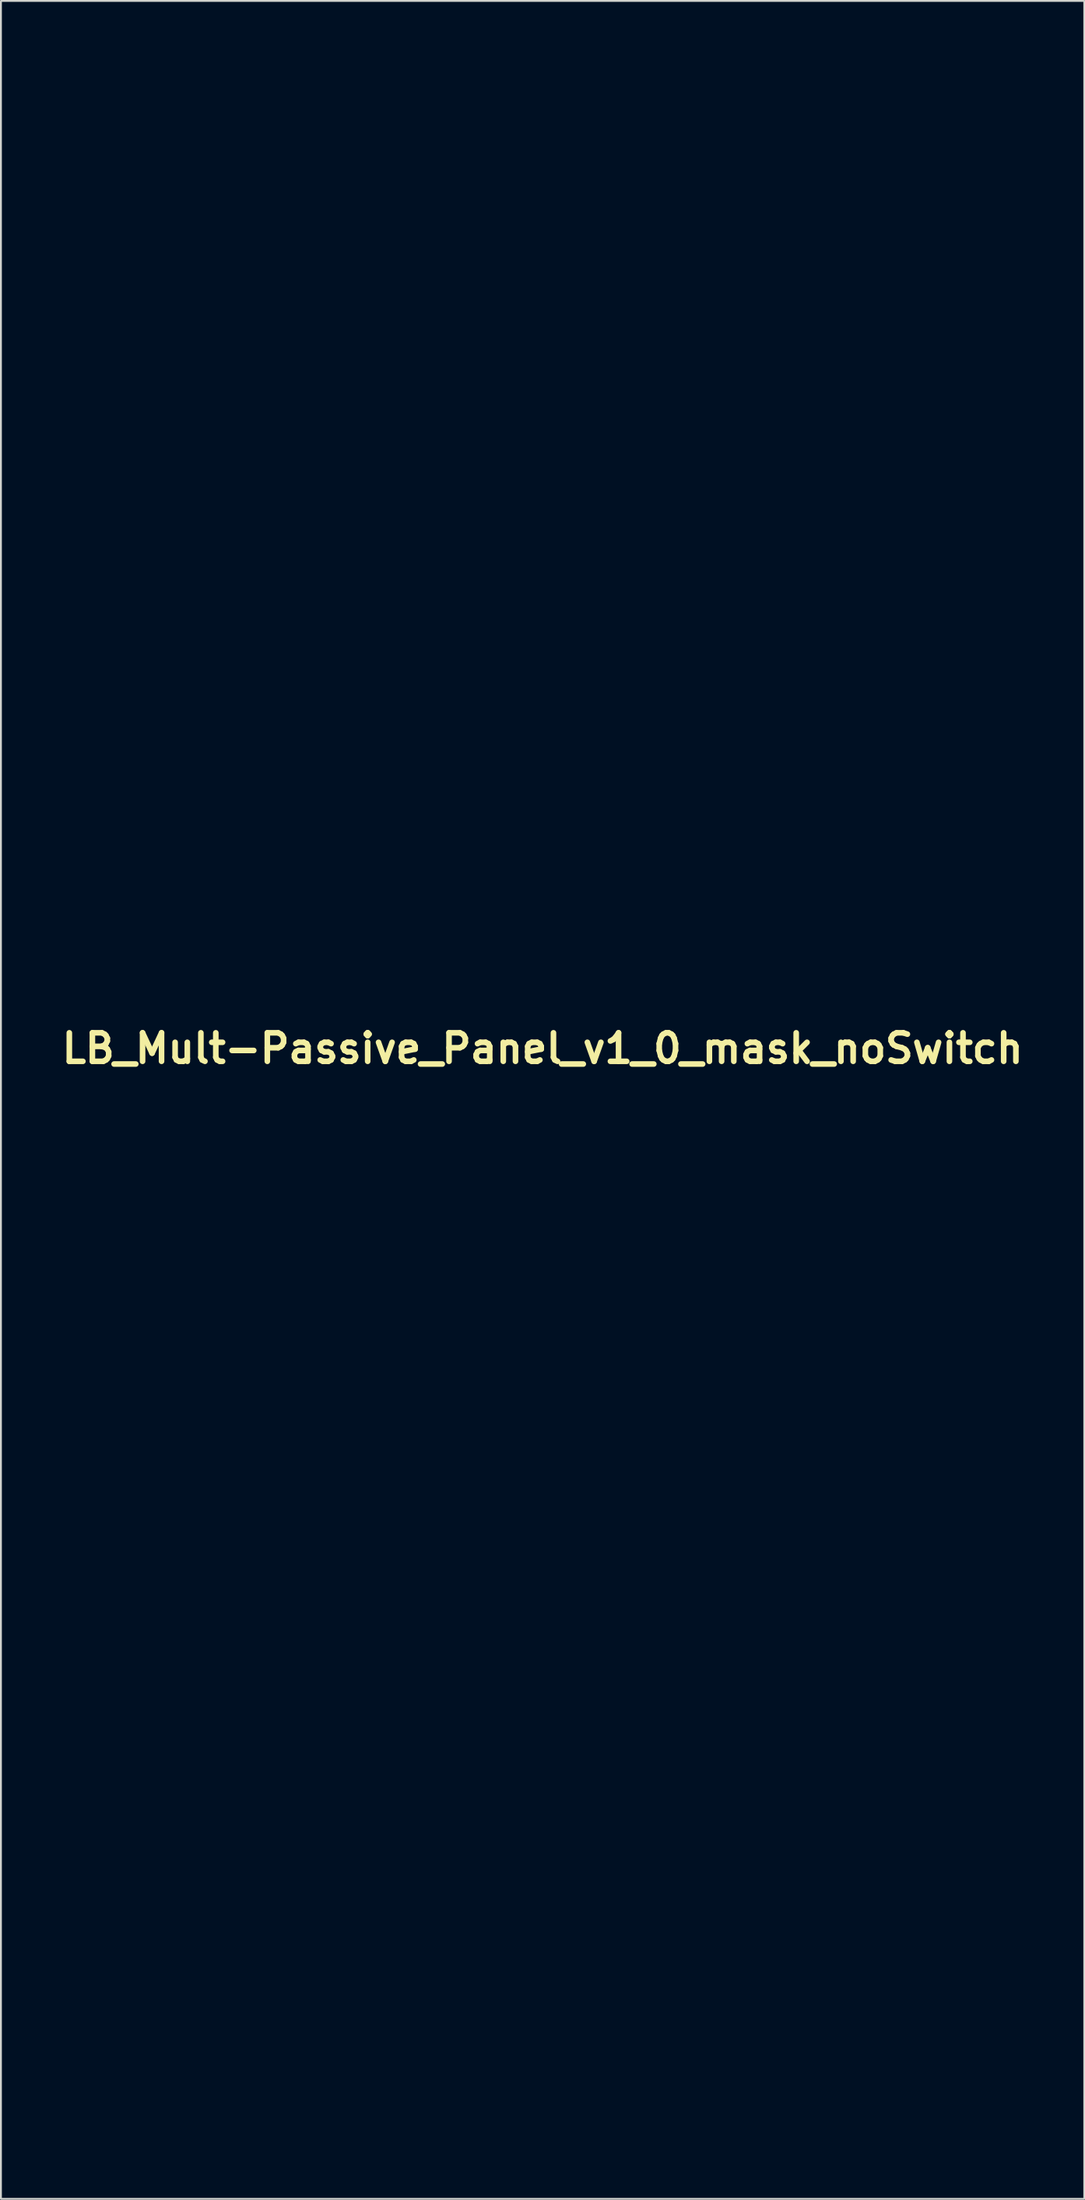
<source format=kicad_pcb>
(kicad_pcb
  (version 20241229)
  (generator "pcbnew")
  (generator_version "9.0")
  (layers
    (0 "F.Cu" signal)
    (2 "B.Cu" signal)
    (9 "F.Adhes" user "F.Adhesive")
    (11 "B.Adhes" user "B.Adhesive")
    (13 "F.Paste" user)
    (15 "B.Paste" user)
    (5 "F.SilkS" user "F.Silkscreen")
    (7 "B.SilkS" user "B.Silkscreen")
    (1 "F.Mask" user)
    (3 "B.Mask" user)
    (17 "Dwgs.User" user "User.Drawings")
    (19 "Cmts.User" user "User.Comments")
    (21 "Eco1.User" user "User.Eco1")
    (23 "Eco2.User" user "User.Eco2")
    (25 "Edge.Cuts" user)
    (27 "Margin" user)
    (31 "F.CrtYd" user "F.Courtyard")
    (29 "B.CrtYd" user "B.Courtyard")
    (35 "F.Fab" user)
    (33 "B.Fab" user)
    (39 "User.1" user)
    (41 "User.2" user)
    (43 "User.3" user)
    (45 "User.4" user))
  (footprint "LB_Mult-Passive_Panel_v1_0_mask_noSwitch"
    (layer "F.Cu")
    (at 25.988 53.006)
    (property "Reference" "LB_Mult-Passive_Panel_v1_0_mask_noSwitch" (at 0 0 0) (layer "F.SilkS") (effects (font (size 1.524 1.524) (thickness 0.3))))
    (attr through_hole)
    (fp_poly (pts (xy 1.005 54.441) (xy 1.545 54.442) (xy 1.812 54.95) (xy 2.08 55.459) (xy 1.546 56.473) (xy 0.466 56.473) (xy 0.466 54.441) (xy 1.005 54.441)) (stroke (width 0.01) (type solid)) (fill yes) (layer "F.Mask"))
    (fp_poly (pts (xy 3.683 57.743) (xy 3.143 57.742) (xy 2.603 57.742) (xy 2.072 56.734) (xy 2.338 56.233) (xy 2.604 55.732) (xy 3.144 55.72) (xy 3.683 55.708) (xy 3.683 57.743)) (stroke (width 0.01) (type solid)) (fill yes) (layer "F.Mask"))
    (fp_poly (pts (xy -3.223 54.556) (xy -3.039 54.653) (xy -2.905 54.773) (xy -2.833 54.865) (xy -2.807 54.954) (xy -2.829 55.06) (xy -2.902 55.202) (xy -2.961 55.298) (xy -3.12 55.494) (xy -3.298 55.618) (xy -3.486 55.667) (xy -3.675 55.636) (xy -3.723 55.615) (xy -3.85 55.507) (xy -3.941 55.344) (xy -3.985 55.149) (xy -3.986 55.099) (xy -3.951 54.877) (xy -3.85 54.702) (xy -3.693 54.582) (xy -3.489 54.528) (xy -3.431 54.525) (xy -3.223 54.556)) (stroke (width 0.01) (type solid)) (fill yes) (layer "F.Mask"))
    (fp_poly (pts (xy -0.009 -44.781) (xy 0.002 -44.754) (xy 0.011 -44.703) (xy 0.018 -44.621) (xy 0.025 -44.504) (xy 0.03 -44.345) (xy 0.034 -44.139) (xy 0.037 -43.881) (xy 0.039 -43.564) (xy 0.041 -43.183) (xy 0.042 -42.733) (xy 0.042 -42.208) (xy 0.042 -41.783) (xy 0.042 -41.201) (xy 0.042 -40.697) (xy 0.041 -40.268) (xy 0.039 -39.906) (xy 0.036 -39.606) (xy 0.033 -39.363) (xy 0.029 -39.171) (xy 0.023 -39.025) (xy 0.016 -38.918) (xy 0.008 -38.846) (xy -0.001 -38.802) (xy -0.012 -38.781) (xy -0.021 -38.777) (xy -0.033 -38.785) (xy -0.044 -38.812) (xy -0.053 -38.863) (xy -0.061 -38.945) (xy -0.067 -39.062) (xy -0.072 -39.221) (xy -0.076 -39.427) (xy -0.079 -39.685) (xy -0.082 -40.002) (xy -0.083 -40.383) (xy -0.084 -40.833) (xy -0.085 -41.358) (xy -0.085 -41.783) (xy -0.085 -42.365) (xy -0.084 -42.869) (xy -0.083 -43.298) (xy -0.081 -43.66) (xy -0.079 -43.96) (xy -0.075 -44.203) (xy -0.071 -44.395) (xy -0.065 -44.541) (xy -0.059 -44.648) (xy -0.051 -44.72) (xy -0.041 -44.764) (xy -0.03 -44.785) (xy -0.021 -44.789) (xy -0.009 -44.781)) (stroke (width 0.01) (type solid)) (fill yes) (layer "F.Mask"))
    (fp_poly (pts (xy -0.009 -31.7) (xy 0.002 -31.673) (xy 0.011 -31.622) (xy 0.018 -31.54) (xy 0.025 -31.423) (xy 0.03 -31.264) (xy 0.034 -31.058) (xy 0.037 -30.8) (xy 0.039 -30.483) (xy 0.041 -30.102) (xy 0.042 -29.652) (xy 0.042 -29.127) (xy 0.042 -28.702) (xy 0.042 -28.12) (xy 0.042 -27.616) (xy 0.041 -27.187) (xy 0.039 -26.825) (xy 0.036 -26.525) (xy 0.033 -26.282) (xy 0.029 -26.09) (xy 0.023 -25.944) (xy 0.016 -25.837) (xy 0.008 -25.765) (xy -0.001 -25.721) (xy -0.012 -25.7) (xy -0.021 -25.696) (xy -0.033 -25.704) (xy -0.044 -25.731) (xy -0.053 -25.782) (xy -0.061 -25.864) (xy -0.067 -25.981) (xy -0.072 -26.14) (xy -0.076 -26.346) (xy -0.079 -26.604) (xy -0.082 -26.921) (xy -0.083 -27.302) (xy -0.084 -27.752) (xy -0.085 -28.277) (xy -0.085 -28.702) (xy -0.085 -29.284) (xy -0.084 -29.788) (xy -0.083 -30.217) (xy -0.081 -30.579) (xy -0.079 -30.879) (xy -0.075 -31.122) (xy -0.071 -31.314) (xy -0.065 -31.46) (xy -0.059 -31.567) (xy -0.051 -31.639) (xy -0.041 -31.683) (xy -0.03 -31.704) (xy -0.021 -31.708) (xy -0.009 -31.7)) (stroke (width 0.01) (type solid)) (fill yes) (layer "F.Mask"))
    (fp_poly (pts (xy -0.009 -18.661) (xy 0.002 -18.635) (xy 0.011 -18.583) (xy 0.018 -18.502) (xy 0.025 -18.384) (xy 0.03 -18.225) (xy 0.034 -18.019) (xy 0.037 -17.761) (xy 0.039 -17.444) (xy 0.041 -17.063) (xy 0.042 -16.613) (xy 0.042 -16.088) (xy 0.042 -15.663) (xy 0.042 -15.081) (xy 0.042 -14.578) (xy 0.041 -14.148) (xy 0.039 -13.786) (xy 0.036 -13.486) (xy 0.033 -13.243) (xy 0.029 -13.051) (xy 0.023 -12.905) (xy 0.016 -12.798) (xy 0.008 -12.726) (xy -0.001 -12.682) (xy -0.012 -12.661) (xy -0.021 -12.658) (xy -0.033 -12.665) (xy -0.044 -12.692) (xy -0.053 -12.743) (xy -0.061 -12.825) (xy -0.067 -12.942) (xy -0.072 -13.101) (xy -0.076 -13.307) (xy -0.079 -13.566) (xy -0.082 -13.883) (xy -0.083 -14.263) (xy -0.084 -14.714) (xy -0.085 -15.239) (xy -0.085 -15.663) (xy -0.085 -16.246) (xy -0.084 -16.749) (xy -0.083 -17.179) (xy -0.081 -17.541) (xy -0.079 -17.84) (xy -0.075 -18.083) (xy -0.071 -18.275) (xy -0.065 -18.422) (xy -0.059 -18.528) (xy -0.051 -18.601) (xy -0.041 -18.645) (xy -0.03 -18.665) (xy -0.021 -18.669) (xy -0.009 -18.661)) (stroke (width 0.01) (type solid)) (fill yes) (layer "F.Mask"))
    (fp_poly (pts (xy -0.009 12.835) (xy 0.002 12.861) (xy 0.011 12.913) (xy 0.018 12.994) (xy 0.025 13.112) (xy 0.03 13.271) (xy 0.034 13.477) (xy 0.037 13.735) (xy 0.039 14.052) (xy 0.041 14.433) (xy 0.042 14.883) (xy 0.042 15.408) (xy 0.042 15.833) (xy 0.042 16.415) (xy 0.042 16.918) (xy 0.041 17.348) (xy 0.039 17.71) (xy 0.036 18.01) (xy 0.033 18.253) (xy 0.029 18.445) (xy 0.023 18.591) (xy 0.016 18.698) (xy 0.008 18.77) (xy -0.001 18.814) (xy -0.012 18.835) (xy -0.021 18.838) (xy -0.033 18.831) (xy -0.044 18.804) (xy -0.053 18.753) (xy -0.061 18.671) (xy -0.067 18.554) (xy -0.072 18.395) (xy -0.076 18.189) (xy -0.079 17.93) (xy -0.082 17.613) (xy -0.083 17.233) (xy -0.084 16.782) (xy -0.085 16.257) (xy -0.085 15.833) (xy -0.085 15.25) (xy -0.084 14.747) (xy -0.083 14.317) (xy -0.081 13.955) (xy -0.079 13.656) (xy -0.075 13.413) (xy -0.071 13.221) (xy -0.065 13.074) (xy -0.059 12.968) (xy -0.051 12.895) (xy -0.041 12.851) (xy -0.03 12.831) (xy -0.021 12.827) (xy -0.009 12.835)) (stroke (width 0.01) (type solid)) (fill yes) (layer "F.Mask"))
    (fp_poly (pts (xy -0.009 25.916) (xy 0.002 25.942) (xy 0.011 25.994) (xy 0.018 26.075) (xy 0.025 26.193) (xy 0.03 26.352) (xy 0.034 26.558) (xy 0.037 26.816) (xy 0.039 27.133) (xy 0.041 27.514) (xy 0.042 27.964) (xy 0.042 28.489) (xy 0.042 28.914) (xy 0.042 29.496) (xy 0.042 29.999) (xy 0.041 30.429) (xy 0.039 30.791) (xy 0.036 31.091) (xy 0.033 31.334) (xy 0.029 31.526) (xy 0.023 31.672) (xy 0.016 31.779) (xy 0.008 31.851) (xy -0.001 31.895) (xy -0.012 31.916) (xy -0.021 31.919) (xy -0.033 31.912) (xy -0.044 31.885) (xy -0.053 31.834) (xy -0.061 31.752) (xy -0.067 31.635) (xy -0.072 31.476) (xy -0.076 31.27) (xy -0.079 31.011) (xy -0.082 30.694) (xy -0.083 30.314) (xy -0.084 29.863) (xy -0.085 29.338) (xy -0.085 28.914) (xy -0.085 28.331) (xy -0.084 27.828) (xy -0.083 27.398) (xy -0.081 27.036) (xy -0.079 26.737) (xy -0.075 26.494) (xy -0.071 26.302) (xy -0.065 26.155) (xy -0.059 26.049) (xy -0.051 25.976) (xy -0.041 25.932) (xy -0.03 25.912) (xy -0.021 25.908) (xy -0.009 25.916)) (stroke (width 0.01) (type solid)) (fill yes) (layer "F.Mask"))
    (fp_poly (pts (xy -0.009 38.954) (xy 0.002 38.981) (xy 0.011 39.032) (xy 0.018 39.114) (xy 0.025 39.231) (xy 0.03 39.39) (xy 0.034 39.596) (xy 0.037 39.855) (xy 0.039 40.172) (xy 0.041 40.552) (xy 0.042 41.003) (xy 0.042 41.528) (xy 0.042 41.952) (xy 0.042 42.535) (xy 0.042 43.038) (xy 0.041 43.468) (xy 0.039 43.83) (xy 0.036 44.129) (xy 0.033 44.372) (xy 0.029 44.564) (xy 0.023 44.711) (xy 0.016 44.817) (xy 0.008 44.89) (xy -0.001 44.934) (xy -0.012 44.954) (xy -0.021 44.958) (xy -0.033 44.95) (xy -0.044 44.924) (xy -0.053 44.872) (xy -0.061 44.791) (xy -0.067 44.673) (xy -0.072 44.514) (xy -0.076 44.308) (xy -0.079 44.05) (xy -0.082 43.733) (xy -0.083 43.352) (xy -0.084 42.902) (xy -0.085 42.377) (xy -0.085 41.952) (xy -0.085 41.37) (xy -0.084 40.867) (xy -0.083 40.437) (xy -0.081 40.075) (xy -0.079 39.775) (xy -0.075 39.532) (xy -0.071 39.34) (xy -0.065 39.194) (xy -0.059 39.087) (xy -0.051 39.015) (xy -0.041 38.971) (xy -0.03 38.95) (xy -0.021 38.947) (xy -0.009 38.954)) (stroke (width 0.01) (type solid)) (fill yes) (layer "F.Mask"))
    (fp_poly (pts (xy -2.002 53.813) (xy -1.872 53.921) (xy -1.756 54.05) (xy -1.73 54.089) (xy -1.696 54.147) (xy -1.671 54.206) (xy -1.653 54.277) (xy -1.641 54.375) (xy -1.634 54.512) (xy -1.631 54.702) (xy -1.63 54.958) (xy -1.63 55.097) (xy -1.63 55.386) (xy -1.632 55.604) (xy -1.637 55.763) (xy -1.647 55.877) (xy -1.662 55.958) (xy -1.684 56.021) (xy -1.714 56.078) (xy -1.73 56.105) (xy -1.832 56.232) (xy -1.962 56.352) (xy -2.002 56.38) (xy -2.174 56.494) (xy -3.087 56.502) (xy -3.366 56.503) (xy -3.624 56.499) (xy -3.846 56.493) (xy -4.017 56.484) (xy -4.123 56.472) (xy -4.14 56.469) (xy -4.296 56.388) (xy -4.451 56.252) (xy -4.58 56.087) (xy -4.657 55.92) (xy -4.658 55.918) (xy -4.677 55.796) (xy -4.689 55.599) (xy -4.694 55.337) (xy -4.692 55.021) (xy -4.692 54.992) (xy -4.691 54.968) (xy -4.18 54.968) (xy -4.17 55.28) (xy -4.088 55.55) (xy -3.933 55.778) (xy -3.901 55.811) (xy -3.695 55.963) (xy -3.477 56.033) (xy -3.252 56.019) (xy -3.026 55.922) (xy -2.916 55.832) (xy -2.797 55.704) (xy -2.733 55.619) (xy -2.592 55.409) (xy -2.505 55.55) (xy -2.419 55.672) (xy -2.325 55.778) (xy -2.318 55.785) (xy -2.219 55.878) (xy -2.146 55.755) (xy -2.073 55.632) (xy -2.474 55.253) (xy -2.374 55.041) (xy -2.291 54.889) (xy -2.195 54.746) (xy -2.15 54.692) (xy -2.074 54.6) (xy -2.05 54.532) (xy -2.069 54.454) (xy -2.076 54.436) (xy -2.141 54.31) (xy -2.207 54.264) (xy -2.288 54.294) (xy -2.369 54.366) (xy -2.468 54.48) (xy -2.55 54.593) (xy -2.566 54.621) (xy -2.613 54.702) (xy -2.642 54.737) (xy -2.643 54.737) (xy -2.674 54.705) (xy -2.739 54.623) (xy -2.812 54.524) (xy -2.975 54.331) (xy -3.14 54.211) (xy -3.325 54.153) (xy -3.454 54.144) (xy -3.686 54.182) (xy -3.88 54.293) (xy -4.031 54.469) (xy -4.133 54.705) (xy -4.18 54.968) (xy -4.691 54.968) (xy -4.686 54.723) (xy -4.68 54.524) (xy -4.671 54.38) (xy -4.657 54.279) (xy -4.637 54.204) (xy -4.608 54.142) (xy -4.568 54.078) (xy -4.564 54.072) (xy -4.457 53.942) (xy -4.327 53.826) (xy -4.289 53.8) (xy -4.235 53.768) (xy -4.18 53.744) (xy -4.114 53.726) (xy -4.024 53.714) (xy -3.899 53.706) (xy -3.726 53.702) (xy -3.493 53.7) (xy -3.189 53.7) (xy -3.151 53.7) (xy -2.174 53.7) (xy -2.002 53.813)) (stroke (width 0.01) (type solid)) (fill yes) (layer "F.Mask"))
    (fp_poly (pts (xy 4.342 53.858) (xy 4.487 54.016) (xy 4.487 56.074) (xy 4.487 56.562) (xy 4.487 56.973) (xy 4.485 57.314) (xy 4.481 57.592) (xy 4.474 57.814) (xy 4.463 57.987) (xy 4.448 58.119) (xy 4.427 58.216) (xy 4.401 58.287) (xy 4.367 58.338) (xy 4.326 58.376) (xy 4.277 58.409) (xy 4.232 58.435) (xy 4.197 58.451) (xy 4.148 58.465) (xy 4.077 58.476) (xy 3.977 58.485) (xy 3.841 58.491) (xy 3.66 58.497) (xy 3.429 58.5) (xy 3.139 58.503) (xy 2.783 58.504) (xy 2.355 58.505) (xy 2.057 58.505) (xy -0.001 58.505) (xy -0.159 58.36) (xy -0.318 58.215) (xy -0.318 56.084) (xy 0.212 56.084) (xy 0.212 56.52) (xy 0.213 56.879) (xy 0.215 57.169) (xy 0.218 57.398) (xy 0.223 57.573) (xy 0.23 57.703) (xy 0.24 57.795) (xy 0.251 57.857) (xy 0.266 57.896) (xy 0.282 57.919) (xy 0.303 57.939) (xy 0.336 57.954) (xy 0.387 57.967) (xy 0.464 57.977) (xy 0.576 57.984) (xy 0.73 57.99) (xy 0.935 57.993) (xy 1.198 57.995) (xy 1.528 57.996) (xy 1.932 57.997) (xy 2.067 57.997) (xy 2.497 57.996) (xy 2.851 57.995) (xy 3.135 57.993) (xy 3.359 57.99) (xy 3.53 57.985) (xy 3.655 57.977) (xy 3.744 57.968) (xy 3.803 57.956) (xy 3.84 57.941) (xy 3.86 57.927) (xy 3.879 57.905) (xy 3.894 57.873) (xy 3.907 57.823) (xy 3.917 57.746) (xy 3.924 57.636) (xy 3.93 57.483) (xy 3.933 57.281) (xy 3.935 57.021) (xy 3.937 56.695) (xy 3.937 56.296) (xy 3.937 56.099) (xy 3.937 55.663) (xy 3.936 55.304) (xy 3.934 55.014) (xy 3.93 54.785) (xy 3.925 54.61) (xy 3.918 54.48) (xy 3.909 54.388) (xy 3.897 54.327) (xy 3.883 54.287) (xy 3.867 54.264) (xy 3.845 54.245) (xy 3.813 54.229) (xy 3.762 54.216) (xy 3.685 54.206) (xy 3.573 54.199) (xy 3.418 54.194) (xy 3.214 54.19) (xy 2.95 54.188) (xy 2.621 54.187) (xy 2.217 54.187) (xy 2.082 54.187) (xy 1.651 54.187) (xy 1.298 54.188) (xy 1.013 54.19) (xy 0.789 54.194) (xy 0.619 54.199) (xy 0.493 54.206) (xy 0.405 54.216) (xy 0.346 54.228) (xy 0.309 54.243) (xy 0.289 54.257) (xy 0.27 54.278) (xy 0.254 54.31) (xy 0.242 54.361) (xy 0.232 54.437) (xy 0.224 54.548) (xy 0.219 54.7) (xy 0.215 54.902) (xy 0.213 55.162) (xy 0.212 55.488) (xy 0.212 55.887) (xy 0.212 56.084) (xy -0.318 56.084) (xy -0.318 53.977) (xy -0.179 53.838) (xy -0.041 53.7) (xy 4.198 53.7) (xy 4.342 53.858)) (stroke (width 0.01) (type solid)) (fill yes) (layer "F.Mask"))
    (fp_poly (pts (xy 0.727 -53.001) (xy 1.394 -53) (xy 1.983 -52.999) (xy 2.499 -52.997) (xy 2.945 -52.994) (xy 3.324 -52.991) (xy 3.641 -52.987) (xy 3.899 -52.982) (xy 4.101 -52.977) (xy 4.252 -52.97) (xy 4.354 -52.963) (xy 4.413 -52.955) (xy 4.425 -52.951) (xy 4.527 -52.875) (xy 4.596 -52.784) (xy 4.601 -52.767) (xy 4.605 -52.732) (xy 4.609 -52.678) (xy 4.613 -52.602) (xy 4.616 -52.503) (xy 4.619 -52.378) (xy 4.623 -52.225) (xy 4.626 -52.043) (xy 4.628 -51.83) (xy 4.631 -51.583) (xy 4.634 -51.3) (xy 4.636 -50.98) (xy 4.638 -50.621) (xy 4.64 -50.221) (xy 4.642 -49.777) (xy 4.644 -49.288) (xy 4.645 -48.752) (xy 4.647 -48.166) (xy 4.648 -47.529) (xy 4.649 -46.84) (xy 4.65 -46.095) (xy 4.651 -45.293) (xy 4.652 -44.432) (xy 4.653 -43.51) (xy 4.654 -42.525) (xy 4.654 -41.475) (xy 4.655 -40.358) (xy 4.655 -39.172) (xy 4.656 -37.916) (xy 4.656 -36.586) (xy 4.656 -35.182) (xy 4.656 -33.701) (xy 4.657 -32.141) (xy 4.657 -30.501) (xy 4.657 -28.778) (xy 4.657 -28.748) (xy 4.657 -26.964) (xy 4.657 -25.263) (xy 4.656 -23.643) (xy 4.656 -22.102) (xy 4.656 -20.64) (xy 4.655 -19.255) (xy 4.655 -17.944) (xy 4.654 -16.707) (xy 4.653 -15.541) (xy 4.652 -14.445) (xy 4.651 -13.418) (xy 4.65 -12.457) (xy 4.649 -11.562) (xy 4.648 -10.73) (xy 4.646 -9.96) (xy 4.645 -9.25) (xy 4.643 -8.598) (xy 4.641 -8.004) (xy 4.639 -7.465) (xy 4.637 -6.98) (xy 4.635 -6.547) (xy 4.632 -6.164) (xy 4.63 -5.83) (xy 4.627 -5.543) (xy 4.624 -5.302) (xy 4.621 -5.105) (xy 4.618 -4.95) (xy 4.615 -4.836) (xy 4.611 -4.761) (xy 4.607 -4.723) (xy 4.606 -4.719) (xy 4.59 -4.682) (xy 4.575 -4.65) (xy 4.556 -4.621) (xy 4.527 -4.596) (xy 4.485 -4.574) (xy 4.423 -4.555) (xy 4.339 -4.54) (xy 4.226 -4.526) (xy 4.079 -4.516) (xy 3.895 -4.507) (xy 3.668 -4.501) (xy 3.394 -4.496) (xy 3.067 -4.492) (xy 2.682 -4.49) (xy 2.236 -4.489) (xy 1.723 -4.488) (xy 1.138 -4.488) (xy 0.477 -4.489) (xy -0.03 -4.489) (xy -0.755 -4.489) (xy -1.4 -4.49) (xy -1.97 -4.491) (xy -2.468 -4.493) (xy -2.898 -4.495) (xy -3.267 -4.498) (xy -3.577 -4.501) (xy -3.833 -4.506) (xy -4.039 -4.51) (xy -4.201 -4.516) (xy -4.322 -4.523) (xy -4.407 -4.53) (xy -4.46 -4.539) (xy -4.483 -4.546) (xy -4.583 -4.629) (xy -4.64 -4.704) (xy -4.644 -4.754) (xy -4.649 -4.885) (xy -4.653 -5.096) (xy -4.657 -5.382) (xy -4.66 -5.742) (xy -4.664 -6.171) (xy -4.668 -6.668) (xy -4.671 -7.229) (xy -4.674 -7.852) (xy -4.677 -8.532) (xy -4.68 -9.269) (xy -4.683 -10.058) (xy -4.685 -10.896) (xy -4.688 -11.782) (xy -4.69 -12.711) (xy -4.692 -13.681) (xy -4.694 -14.689) (xy -4.696 -15.732) (xy -4.697 -16.808) (xy -4.697 -16.974) (xy -4.395 -16.974) (xy -4.395 -15.83) (xy -4.395 -14.729) (xy -4.395 -13.673) (xy -4.394 -12.664) (xy -4.394 -11.705) (xy -4.394 -10.799) (xy -4.393 -9.946) (xy -4.393 -9.151) (xy -4.392 -8.415) (xy -4.391 -7.74) (xy -4.391 -7.13) (xy -4.39 -6.586) (xy -4.389 -6.111) (xy -4.388 -5.708) (xy -4.387 -5.378) (xy -4.386 -5.124) (xy -4.385 -4.948) (xy -4.384 -4.853) (xy -4.383 -4.836) (xy -4.364 -4.828) (xy -4.312 -4.82) (xy -4.223 -4.813) (xy -4.092 -4.807) (xy -3.915 -4.802) (xy -3.689 -4.798) (xy -3.409 -4.795) (xy -3.071 -4.793) (xy -2.671 -4.792) (xy -2.205 -4.791) (xy -1.668 -4.791) (xy -1.057 -4.792) (xy -0.367 -4.793) (xy -0.012 -4.794) (xy 4.339 -4.805) (xy 4.339 -52.684) (xy -4.381 -52.684) (xy -4.392 -28.787) (xy -4.393 -27.368) (xy -4.393 -25.97) (xy -4.394 -24.595) (xy -4.394 -23.247) (xy -4.395 -21.926) (xy -4.395 -20.636) (xy -4.395 -19.379) (xy -4.395 -18.158) (xy -4.395 -16.974) (xy -4.697 -16.974) (xy -4.699 -17.913) (xy -4.7 -19.044) (xy -4.701 -20.198) (xy -4.702 -21.373) (xy -4.703 -22.566) (xy -4.704 -23.773) (xy -4.704 -24.992) (xy -4.704 -26.221) (xy -4.705 -27.455) (xy -4.705 -28.692) (xy -4.705 -29.929) (xy -4.704 -31.163) (xy -4.704 -32.392) (xy -4.703 -33.612) (xy -4.703 -34.82) (xy -4.702 -36.014) (xy -4.701 -37.191) (xy -4.7 -38.347) (xy -4.698 -39.48) (xy -4.697 -40.588) (xy -4.695 -41.666) (xy -4.693 -42.712) (xy -4.691 -43.723) (xy -4.689 -44.696) (xy -4.687 -45.629) (xy -4.685 -46.518) (xy -4.682 -47.361) (xy -4.679 -48.154) (xy -4.676 -48.895) (xy -4.673 -49.581) (xy -4.67 -50.208) (xy -4.667 -50.774) (xy -4.663 -51.276) (xy -4.66 -51.712) (xy -4.656 -52.077) (xy -4.652 -52.37) (xy -4.648 -52.587) (xy -4.643 -52.726) (xy -4.639 -52.783) (xy -4.639 -52.784) (xy -4.558 -52.886) (xy -4.467 -52.951) (xy -4.427 -52.959) (xy -4.344 -52.967) (xy -4.214 -52.974) (xy -4.034 -52.98) (xy -3.801 -52.985) (xy -3.51 -52.99) (xy -3.157 -52.993) (xy -2.74 -52.996) (xy -2.255 -52.998) (xy -1.697 -53) (xy -1.064 -53.001) (xy -0.351 -53.001) (xy -0.021 -53.001) (xy 0.727 -53.001)) (stroke (width 0.01) (type solid)) (fill yes) (layer "F.Mask"))
    (fp_poly (pts (xy 0.727 4.615) (xy 1.394 4.615) (xy 1.983 4.617) (xy 2.499 4.619) (xy 2.945 4.621) (xy 3.324 4.625) (xy 3.641 4.629) (xy 3.899 4.633) (xy 4.101 4.639) (xy 4.252 4.645) (xy 4.354 4.653) (xy 4.413 4.661) (xy 4.425 4.665) (xy 4.527 4.741) (xy 4.596 4.832) (xy 4.601 4.849) (xy 4.605 4.883) (xy 4.609 4.938) (xy 4.613 5.013) (xy 4.616 5.113) (xy 4.619 5.238) (xy 4.623 5.39) (xy 4.626 5.573) (xy 4.628 5.786) (xy 4.631 6.033) (xy 4.634 6.316) (xy 4.636 6.635) (xy 4.638 6.994) (xy 4.64 7.395) (xy 4.642 7.839) (xy 4.644 8.328) (xy 4.645 8.864) (xy 4.647 9.45) (xy 4.648 10.086) (xy 4.649 10.776) (xy 4.65 11.521) (xy 4.651 12.323) (xy 4.652 13.184) (xy 4.653 14.106) (xy 4.654 15.091) (xy 4.654 16.141) (xy 4.655 17.258) (xy 4.655 18.443) (xy 4.656 19.7) (xy 4.656 21.029) (xy 4.656 22.434) (xy 4.656 23.915) (xy 4.657 25.474) (xy 4.657 27.115) (xy 4.657 28.838) (xy 4.657 28.867) (xy 4.657 30.652) (xy 4.657 32.353) (xy 4.656 33.973) (xy 4.656 35.513) (xy 4.656 36.975) (xy 4.655 38.361) (xy 4.655 39.672) (xy 4.654 40.909) (xy 4.653 42.075) (xy 4.652 43.17) (xy 4.651 44.198) (xy 4.65 45.158) (xy 4.649 46.054) (xy 4.648 46.886) (xy 4.646 47.656) (xy 4.645 48.366) (xy 4.643 49.017) (xy 4.641 49.612) (xy 4.639 50.151) (xy 4.637 50.636) (xy 4.635 51.069) (xy 4.632 51.452) (xy 4.63 51.786) (xy 4.627 52.072) (xy 4.624 52.313) (xy 4.621 52.511) (xy 4.618 52.665) (xy 4.615 52.78) (xy 4.611 52.855) (xy 4.607 52.892) (xy 4.606 52.897) (xy 4.59 52.933) (xy 4.575 52.966) (xy 4.556 52.995) (xy 4.527 53.02) (xy 4.485 53.042) (xy 4.423 53.06) (xy 4.339 53.076) (xy 4.226 53.089) (xy 4.079 53.1) (xy 3.895 53.108) (xy 3.668 53.115) (xy 3.394 53.12) (xy 3.067 53.123) (xy 2.682 53.126) (xy 2.236 53.127) (xy 1.723 53.127) (xy 1.138 53.127) (xy 0.477 53.127) (xy -0.03 53.127) (xy -0.755 53.126) (xy -1.4 53.126) (xy -1.97 53.124) (xy -2.468 53.123) (xy -2.898 53.121) (xy -3.267 53.118) (xy -3.577 53.114) (xy -3.833 53.11) (xy -4.039 53.105) (xy -4.201 53.1) (xy -4.322 53.093) (xy -4.407 53.085) (xy -4.46 53.077) (xy -4.483 53.069) (xy -4.583 52.987) (xy -4.64 52.912) (xy -4.644 52.862) (xy -4.649 52.73) (xy -4.653 52.52) (xy -4.657 52.233) (xy -4.66 51.874) (xy -4.664 51.444) (xy -4.668 50.947) (xy -4.671 50.386) (xy -4.674 49.764) (xy -4.677 49.083) (xy -4.68 48.347) (xy -4.683 47.558) (xy -4.685 46.719) (xy -4.688 45.834) (xy -4.69 44.905) (xy -4.692 43.935) (xy -4.694 42.927) (xy -4.696 41.883) (xy -4.697 40.808) (xy -4.697 40.642) (xy -4.395 40.642) (xy -4.395 41.785) (xy -4.395 42.886) (xy -4.395 43.942) (xy -4.394 44.951) (xy -4.394 45.91) (xy -4.394 46.817) (xy -4.393 47.669) (xy -4.393 48.465) (xy -4.392 49.201) (xy -4.391 49.875) (xy -4.391 50.486) (xy -4.39 51.029) (xy -4.389 51.504) (xy -4.388 51.908) (xy -4.387 52.238) (xy -4.386 52.492) (xy -4.385 52.668) (xy -4.384 52.762) (xy -4.383 52.779) (xy -4.364 52.788) (xy -4.312 52.796) (xy -4.223 52.803) (xy -4.092 52.808) (xy -3.915 52.813) (xy -3.689 52.817) (xy -3.409 52.82) (xy -3.071 52.822) (xy -2.671 52.824) (xy -2.205 52.825) (xy -1.668 52.824) (xy -1.057 52.824) (xy -0.367 52.822) (xy -0.012 52.822) (xy 4.339 52.811) (xy 4.339 4.932) (xy -4.381 4.932) (xy -4.392 28.829) (xy -4.393 30.248) (xy -4.393 31.646) (xy -4.394 33.02) (xy -4.394 34.369) (xy -4.395 35.69) (xy -4.395 36.98) (xy -4.395 38.236) (xy -4.395 39.458) (xy -4.395 40.642) (xy -4.697 40.642) (xy -4.699 39.703) (xy -4.7 38.572) (xy -4.701 37.417) (xy -4.702 36.242) (xy -4.703 35.05) (xy -4.704 33.842) (xy -4.704 32.623) (xy -4.704 31.395) (xy -4.705 30.161) (xy -4.705 28.924) (xy -4.705 27.687) (xy -4.704 26.453) (xy -4.704 25.224) (xy -4.703 24.004) (xy -4.703 22.795) (xy -4.702 21.601) (xy -4.701 20.425) (xy -4.7 19.268) (xy -4.698 18.135) (xy -4.697 17.028) (xy -4.695 15.95) (xy -4.693 14.904) (xy -4.691 13.893) (xy -4.689 12.919) (xy -4.687 11.987) (xy -4.685 11.097) (xy -4.682 10.255) (xy -4.679 9.462) (xy -4.676 8.721) (xy -4.673 8.035) (xy -4.67 7.408) (xy -4.667 6.841) (xy -4.663 6.339) (xy -4.66 5.904) (xy -4.656 5.538) (xy -4.652 5.246) (xy -4.648 5.029) (xy -4.643 4.89) (xy -4.639 4.833) (xy -4.639 4.832) (xy -4.558 4.729) (xy -4.467 4.665) (xy -4.427 4.656) (xy -4.344 4.648) (xy -4.214 4.642) (xy -4.034 4.636) (xy -3.801 4.63) (xy -3.51 4.626) (xy -3.157 4.623) (xy -2.74 4.62) (xy -2.255 4.617) (xy -1.697 4.616) (xy -1.064 4.615) (xy -0.351 4.614) (xy -0.021 4.614) (xy 0.727 4.615)) (stroke (width 0.01) (type solid)) (fill yes) (layer "F.Mask")))
  (gr_rect
    (start -3 -3)
    (end 54.976 114.516)
    (stroke (width 0.1) (type default))
    (fill no)
    (layer "Edge.Cuts")))
</source>
